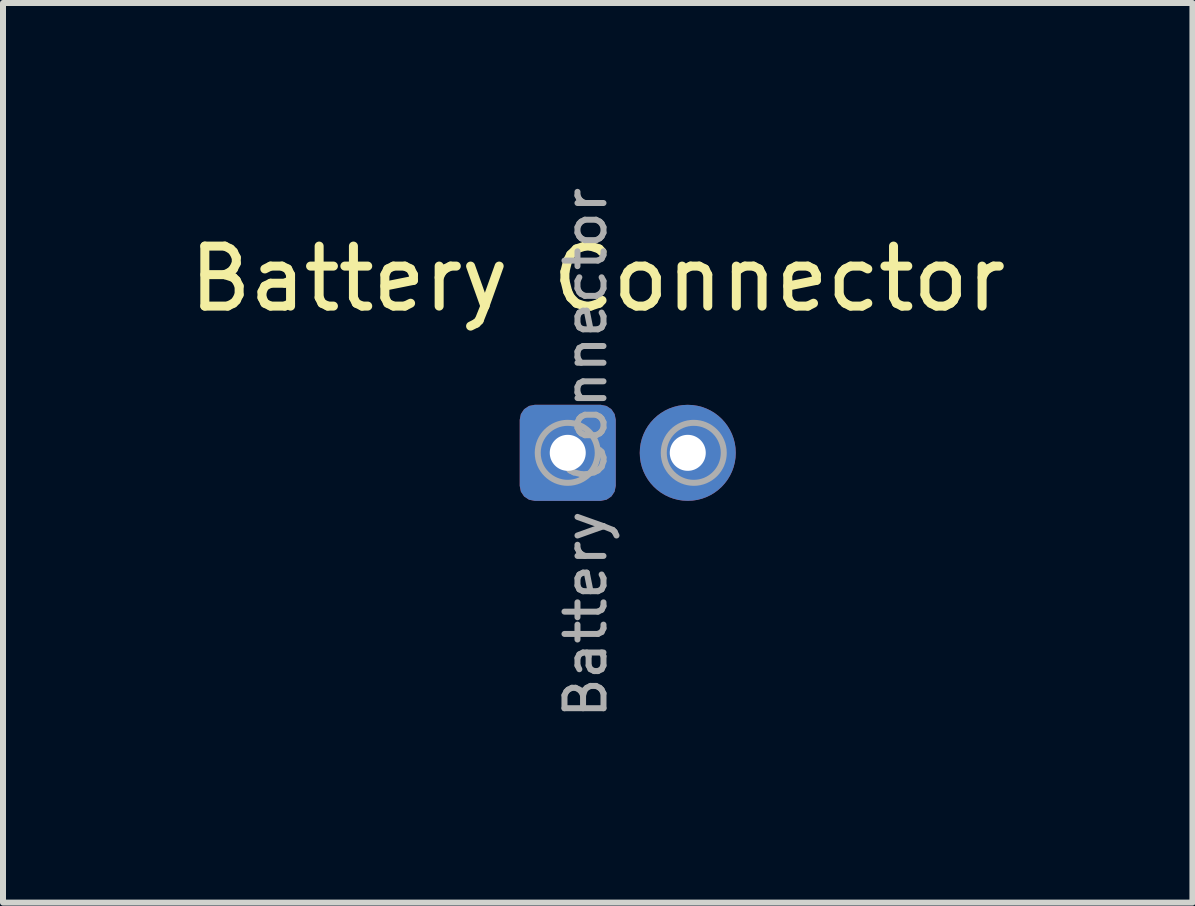
<source format=kicad_pcb>
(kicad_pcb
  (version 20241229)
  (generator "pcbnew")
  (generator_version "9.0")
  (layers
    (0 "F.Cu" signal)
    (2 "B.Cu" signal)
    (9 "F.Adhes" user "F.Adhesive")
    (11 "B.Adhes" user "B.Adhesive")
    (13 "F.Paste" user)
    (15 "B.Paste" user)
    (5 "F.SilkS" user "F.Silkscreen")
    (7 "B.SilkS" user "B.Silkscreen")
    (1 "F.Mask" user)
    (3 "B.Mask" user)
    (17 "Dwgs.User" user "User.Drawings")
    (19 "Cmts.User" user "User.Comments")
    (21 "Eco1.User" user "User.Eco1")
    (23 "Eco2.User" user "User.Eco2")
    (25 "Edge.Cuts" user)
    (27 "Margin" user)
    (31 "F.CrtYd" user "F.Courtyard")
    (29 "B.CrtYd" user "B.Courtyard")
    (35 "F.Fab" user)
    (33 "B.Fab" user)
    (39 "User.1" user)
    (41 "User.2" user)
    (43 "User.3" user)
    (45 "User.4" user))
  (footprint "Battery Connector"
    (layer "F.Cu")
    (at 6.411 4.496)
    (property "Reference" "Battery Connector" (at 0.5 -2.9 0) (layer "F.SilkS") (effects (font (size 1 1) (thickness 0.15))))
    (attr exclude_from_pos_files exclude_from_bom)
    (fp_circle (center 0 0) (end 0.5 0) (stroke (width 0.1) (type solid)) (fill no) (layer "F.Fab"))
    (fp_circle (center 2.1 0) (end 2.6 0) (stroke (width 0.1) (type solid)) (fill no) (layer "F.Fab"))
    (fp_text user "${REFERENCE}" (at 0.3 0 90) (layer "F.Fab") (effects (font (size 0.65 0.65) (thickness 0.1))))
    (pad "1" thru_hole roundrect (at 0 0) (size 1.6 1.6) (drill 0.6) (layers "*.Cu" "*.Mask") (roundrect_rratio 0.156))
    (pad "2" thru_hole circle (at 2 0) (size 1.6 1.6) (drill 0.6) (layers "*.Cu" "*.Mask")))
  (gr_rect
    (start -3 -3)
    (end 16.821 11.991)
    (stroke (width 0.1) (type default))
    (fill no)
    (layer "Edge.Cuts")))
</source>
